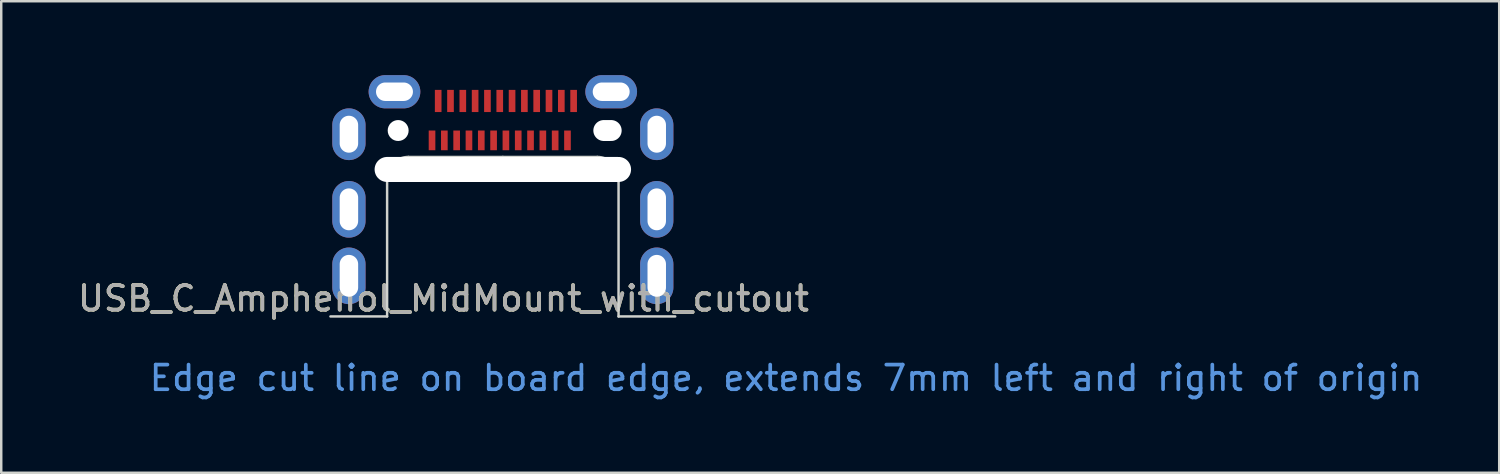
<source format=kicad_pcb>
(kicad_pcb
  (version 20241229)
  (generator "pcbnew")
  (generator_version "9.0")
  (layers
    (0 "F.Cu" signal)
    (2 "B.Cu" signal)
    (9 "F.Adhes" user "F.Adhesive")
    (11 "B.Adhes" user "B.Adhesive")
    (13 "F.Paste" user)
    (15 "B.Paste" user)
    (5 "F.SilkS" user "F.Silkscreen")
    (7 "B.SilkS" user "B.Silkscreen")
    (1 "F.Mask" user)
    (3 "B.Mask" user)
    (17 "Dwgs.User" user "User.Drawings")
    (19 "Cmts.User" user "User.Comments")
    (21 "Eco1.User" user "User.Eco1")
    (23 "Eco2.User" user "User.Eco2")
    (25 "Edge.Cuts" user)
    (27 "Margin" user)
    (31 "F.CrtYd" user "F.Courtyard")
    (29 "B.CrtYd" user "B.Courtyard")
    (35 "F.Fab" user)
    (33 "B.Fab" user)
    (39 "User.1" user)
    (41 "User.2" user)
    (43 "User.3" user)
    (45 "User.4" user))
  (footprint "USB_C_Amphenol_MidMount_with_cutout"
    (layer "F.Cu")
    (at 17.368 9.8)
    (property "Reference" "USB_C_Amphenol_MidMount_with_cutout" (at -2.41 -0.73 0) (unlocked yes) (layer "F.SilkS") (effects (font (size 1 1) (thickness 0.15))))
    (attr smd)
    (fp_line (start -4.699 -5.613) (end -4.699 0) (stroke (width 0.1) (type solid)) (layer "Edge.Cuts"))
    (fp_line (start -4.699 0) (end -7 0) (stroke (width 0.1) (type solid)) (layer "Edge.Cuts"))
    (fp_line (start 0 -6.477) (end -3.835 -6.477) (stroke (width 0.1) (type solid)) (layer "Edge.Cuts"))
    (fp_line (start 3.835 -6.477) (end 0 -6.477) (stroke (width 0.1) (type solid)) (layer "Edge.Cuts"))
    (fp_line (start 4.699 0) (end 4.699 -5.613) (stroke (width 0.1) (type solid)) (layer "Edge.Cuts"))
    (fp_line (start 4.699 0) (end 7 0) (stroke (width 0.1) (type solid)) (layer "Edge.Cuts"))
    (fp_arc (start -4.699 -5.6134) (mid -4.446057 -6.224057) (end -3.8354 -6.477) (stroke (width 0.1) (type solid)) (layer "Edge.Cuts"))
    (fp_arc (start 3.8354 -6.477) (mid 4.446057 -6.224057) (end 4.699 -5.6134) (stroke (width 0.1) (type solid)) (layer "Edge.Cuts"))
    (fp_text user "Edge cut line on board edge, extends 7mm left and right of origin" (at 11.5 2.5 0) (unlocked yes) (layer "Cmts.User") (effects (font (size 1 1) (thickness 0.15))))
    (fp_text user "${REFERENCE}" (at -2.41 -0.73 0) (unlocked yes) (layer "F.Fab") (effects (font (size 1 1) (thickness 0.15))))
    (pad "" np_thru_hole circle (at -4.25 -7.55) (size 0.85 0.85) (drill 0.85) (layers "*.Cu" "*.Mask"))
    (pad "" np_thru_hole oval (at 0 -5.969) (size 10.414 1.016) (drill oval 10.414 1.016) (layers "*.Cu" "*.Mask"))
    (pad "" np_thru_hole oval (at 4.25 -7.55) (size 1.15 0.85) (drill oval 1.15 0.85) (layers "*.Cu" "*.Mask"))
    (pad "A1" smd rect (at -2.625 -8.75) (size 0.27 0.9) (layers "F.Cu" "F.Mask" "F.Paste"))
    (pad "A2" smd rect (at -2.125 -8.75) (size 0.27 0.9) (layers "F.Cu" "F.Mask" "F.Paste"))
    (pad "A3" smd rect (at -1.625 -8.75) (size 0.27 0.9) (layers "F.Cu" "F.Mask" "F.Paste"))
    (pad "A4" smd rect (at -1.125 -8.75) (size 0.27 0.9) (layers "F.Cu" "F.Mask" "F.Paste"))
    (pad "A5" smd rect (at -0.625 -8.75) (size 0.27 0.9) (layers "F.Cu" "F.Mask" "F.Paste"))
    (pad "A6" smd rect (at -0.125 -8.75) (size 0.27 0.9) (layers "F.Cu" "F.Mask" "F.Paste"))
    (pad "A7" smd rect (at 0.375 -8.75) (size 0.27 0.9) (layers "F.Cu" "F.Mask" "F.Paste"))
    (pad "A8" smd rect (at 0.875 -8.75) (size 0.27 0.9) (layers "F.Cu" "F.Mask" "F.Paste"))
    (pad "A9" smd rect (at 1.375 -8.75) (size 0.27 0.9) (layers "F.Cu" "F.Mask" "F.Paste"))
    (pad "A10" smd rect (at 1.875 -8.75) (size 0.27 0.9) (layers "F.Cu" "F.Mask" "F.Paste"))
    (pad "A11" smd rect (at 2.375 -8.75) (size 0.27 0.9) (layers "F.Cu" "F.Mask" "F.Paste"))
    (pad "A12" smd rect (at 2.875 -8.75) (size 0.27 0.9) (layers "F.Cu" "F.Mask" "F.Paste"))
    (pad "B1" smd rect (at 2.625 -7.15) (size 0.27 0.8) (layers "F.Cu" "F.Mask" "F.Paste"))
    (pad "B2" smd rect (at 2.125 -7.15) (size 0.27 0.8) (layers "F.Cu" "F.Mask" "F.Paste"))
    (pad "B3" smd rect (at 1.625 -7.15) (size 0.27 0.8) (layers "F.Cu" "F.Mask" "F.Paste"))
    (pad "B4" smd rect (at 1.125 -7.15) (size 0.27 0.8) (layers "F.Cu" "F.Mask" "F.Paste"))
    (pad "B5" smd rect (at 0.625 -7.15) (size 0.27 0.8) (layers "F.Cu" "F.Mask" "F.Paste"))
    (pad "B6" smd rect (at 0.125 -7.15) (size 0.27 0.8) (layers "F.Cu" "F.Mask" "F.Paste"))
    (pad "B7" smd rect (at -0.375 -7.15) (size 0.27 0.8) (layers "F.Cu" "F.Mask" "F.Paste"))
    (pad "B8" smd rect (at -0.875 -7.15) (size 0.27 0.8) (layers "F.Cu" "F.Mask" "F.Paste"))
    (pad "B9" smd rect (at -1.375 -7.15) (size 0.27 0.8) (layers "F.Cu" "F.Mask" "F.Paste"))
    (pad "B10" smd rect (at -1.875 -7.15) (size 0.27 0.8) (layers "F.Cu" "F.Mask" "F.Paste"))
    (pad "B11" smd rect (at -2.375 -7.15) (size 0.27 0.8) (layers "F.Cu" "F.Mask" "F.Paste"))
    (pad "B12" smd rect (at -2.875 -7.15) (size 0.27 0.8) (layers "F.Cu" "F.Mask" "F.Paste"))
    (pad "S1" thru_hole oval (at -6.25 -7.4) (size 1.35 2.1) (drill oval 0.75 1.5) (layers "*.Cu" "*.Mask" "F.Paste"))
    (pad "S1" thru_hole oval (at -6.25 -4.35) (size 1.35 2.3) (drill oval 0.75 1.7) (layers "*.Cu" "*.Mask" "F.Paste"))
    (pad "S1" thru_hole oval (at -6.25 -1.65) (size 1.35 2.3) (drill oval 0.75 1.7) (layers "*.Cu" "*.Mask" "F.Paste"))
    (pad "S1" thru_hole oval (at -4.4 -9.125) (size 2.1 1.35) (drill oval 1.5 0.75) (layers "*.Cu" "*.Mask" "F.Paste"))
    (pad "S1" thru_hole oval (at 4.4 -9.125) (size 2.1 1.35) (drill oval 1.5 0.75) (layers "*.Cu" "*.Mask" "F.Paste"))
    (pad "S1" thru_hole oval (at 6.25 -7.4) (size 1.35 2.1) (drill oval 0.75 1.5) (layers "*.Cu" "*.Mask" "F.Paste"))
    (pad "S1" thru_hole oval (at 6.25 -4.35) (size 1.35 2.3) (drill oval 0.75 1.7) (layers "*.Cu" "*.Mask" "F.Paste"))
    (pad "S1" thru_hole oval (at 6.25 -1.65) (size 1.35 2.3) (drill oval 0.75 1.7) (layers "*.Cu" "*.Mask" "F.Paste")))
  (gr_rect
    (start -3 -3)
    (end 57.827 16.148)
    (stroke (width 0.1) (type default))
    (fill no)
    (layer "Edge.Cuts")))
</source>
